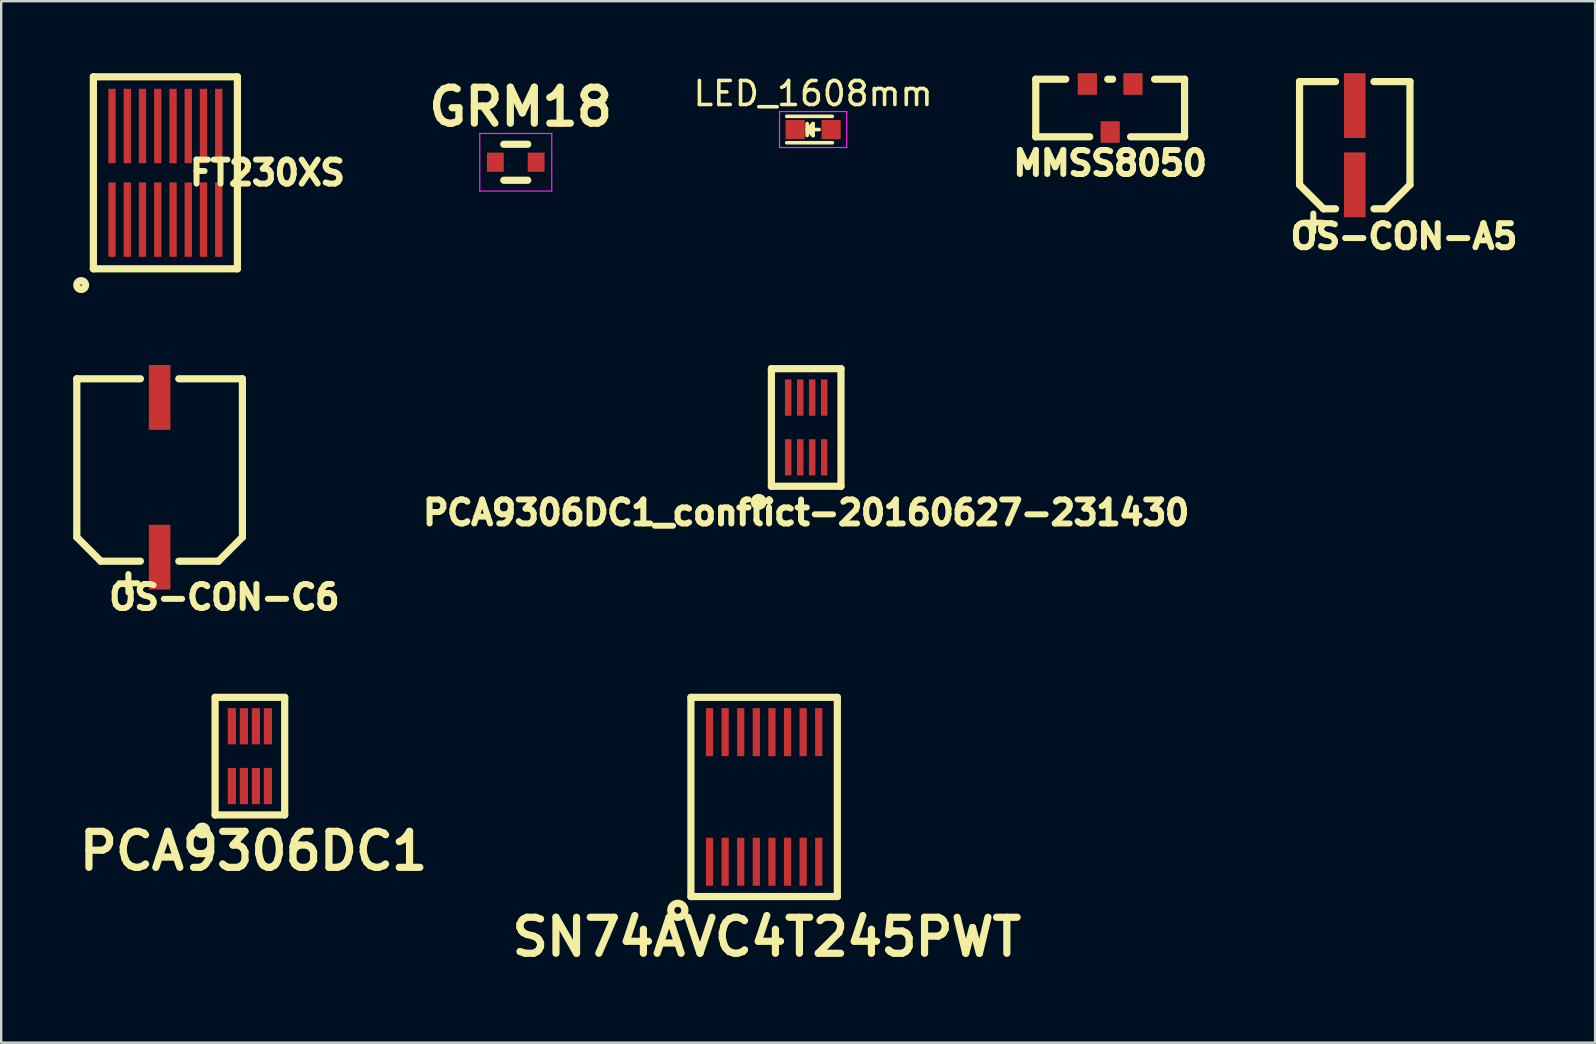
<source format=kicad_pcb>
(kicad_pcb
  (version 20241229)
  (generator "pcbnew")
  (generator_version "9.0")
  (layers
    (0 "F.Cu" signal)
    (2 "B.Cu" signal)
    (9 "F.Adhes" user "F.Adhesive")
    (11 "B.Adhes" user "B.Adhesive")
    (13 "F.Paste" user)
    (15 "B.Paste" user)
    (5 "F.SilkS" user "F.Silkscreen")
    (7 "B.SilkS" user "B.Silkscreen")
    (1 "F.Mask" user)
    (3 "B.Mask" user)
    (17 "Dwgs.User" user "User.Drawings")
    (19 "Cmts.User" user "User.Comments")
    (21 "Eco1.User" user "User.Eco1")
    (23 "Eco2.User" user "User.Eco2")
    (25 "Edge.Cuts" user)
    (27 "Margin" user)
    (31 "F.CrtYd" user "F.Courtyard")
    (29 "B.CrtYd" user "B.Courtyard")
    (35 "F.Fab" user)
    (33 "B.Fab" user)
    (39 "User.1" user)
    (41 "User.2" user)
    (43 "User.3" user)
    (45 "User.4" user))
  (footprint "MMSS8050"
    (layer "F.Cu")
    (at 43.205 1.45)
    (property "Reference" "MMSS8050" (at 0 2.3 0) (layer "F.SilkS") (effects (font (size 1 1) (thickness 0.25))))
    (attr through_hole)
    (fp_line (start -3.1 -1.2) (end -3.1 1.2) (stroke (width 0.3) (type solid)) (layer "F.SilkS"))
    (fp_line (start -3.1 -1.2) (end -1.85 -1.2) (stroke (width 0.3) (type solid)) (layer "F.SilkS"))
    (fp_line (start -3.1 1.2) (end -0.85 1.2) (stroke (width 0.3) (type solid)) (layer "F.SilkS"))
    (fp_line (start -0.1 -1.2) (end 0.1 -1.2) (stroke (width 0.3) (type solid)) (layer "F.SilkS"))
    (fp_line (start 0.85 1.2) (end 3.1 1.2) (stroke (width 0.3) (type solid)) (layer "F.SilkS"))
    (fp_line (start 1.85 -1.2) (end 3.1 -1.2) (stroke (width 0.3) (type solid)) (layer "F.SilkS"))
    (fp_line (start 3.1 -1.2) (end 3.1 1.2) (stroke (width 0.3) (type solid)) (layer "F.SilkS"))
    (pad "1" smd rect (at -0.95 -1) (size 0.8 0.9) (layers "F.Cu" "F.Mask" "F.Paste"))
    (pad "2" smd rect (at 0.95 -1) (size 0.8 0.9) (layers "F.Cu" "F.Mask" "F.Paste"))
    (pad "3" smd rect (at 0 1) (size 0.8 0.9) (layers "F.Cu" "F.Mask" "F.Paste")))
  (footprint "LED_1608mm"
    (layer "F.Cu")
    (at 30.829 2.348)
    (property "Reference" "LED_1608mm" (at 0 -1.5 0) (layer "F.SilkS") (effects (font (size 1 1) (thickness 0.15))))
    (attr smd)
    (fp_line (start -1.1 -0.55) (end 0.8 -0.55) (stroke (width 0.15) (type solid)) (layer "F.SilkS"))
    (fp_line (start -1.1 0.55) (end 0.8 0.55) (stroke (width 0.15) (type solid)) (layer "F.SilkS"))
    (fp_line (start -0.25 -0.25) (end -0.25 0.25) (stroke (width 0.15) (type solid)) (layer "F.SilkS"))
    (fp_line (start -0.25 0) (end 0 -0.25) (stroke (width 0.15) (type solid)) (layer "F.SilkS"))
    (fp_line (start -0.2 0) (end 0.25 0) (stroke (width 0.15) (type solid)) (layer "F.SilkS"))
    (fp_line (start 0 -0.25) (end 0 0.25) (stroke (width 0.15) (type solid)) (layer "F.SilkS"))
    (fp_line (start 0 0.25) (end -0.25 0) (stroke (width 0.15) (type solid)) (layer "F.SilkS"))
    (fp_line (start -1.4 -0.75) (end 1.4 -0.75) (stroke (width 0.05) (type solid)) (layer "F.CrtYd"))
    (fp_line (start -1.4 0.75) (end -1.4 -0.75) (stroke (width 0.05) (type solid)) (layer "F.CrtYd"))
    (fp_line (start 1.4 -0.75) (end 1.4 0.75) (stroke (width 0.05) (type solid)) (layer "F.CrtYd"))
    (fp_line (start 1.4 0.75) (end -1.4 0.75) (stroke (width 0.05) (type solid)) (layer "F.CrtYd"))
    (pad "1" smd rect (at -0.749 0 180) (size 0.798 0.798) (layers "F.Cu" "F.Mask" "F.Paste"))
    (pad "2" smd rect (at 0.749 0 180) (size 0.798 0.798) (layers "F.Cu" "F.Mask" "F.Paste")))
  (footprint "FT230XS"
    (layer "F.Cu")
    (at 3.841 4.15)
    (property "Reference" "FT230XS" (at 4.25 0 0) (layer "F.SilkS") (effects (font (size 1 1) (thickness 0.25))))
    (attr through_hole)
    (fp_line (start -3 -4) (end 3 -4) (stroke (width 0.3) (type solid)) (layer "F.SilkS"))
    (fp_line (start -3 4) (end -3 -4) (stroke (width 0.3) (type solid)) (layer "F.SilkS"))
    (fp_line (start 3 -4) (end 3 4) (stroke (width 0.3) (type solid)) (layer "F.SilkS"))
    (fp_line (start 3 4) (end -3 4) (stroke (width 0.3) (type solid)) (layer "F.SilkS"))
    (fp_circle (center -3.508 4.677) (end -3.406 4.829) (stroke (width 0.3) (type solid)) (fill no) (layer "F.SilkS"))
    (pad "1" smd rect (at -2.223 1.95) (size 0.305 3.1) (layers "F.Cu" "F.Mask" "F.Paste"))
    (pad "2" smd rect (at -1.587 1.95) (size 0.305 3.1) (layers "F.Cu" "F.Mask" "F.Paste"))
    (pad "3" smd rect (at -0.953 1.95) (size 0.305 3.1) (layers "F.Cu" "F.Mask" "F.Paste"))
    (pad "4" smd rect (at -0.318 1.95) (size 0.305 3.1) (layers "F.Cu" "F.Mask" "F.Paste"))
    (pad "5" smd rect (at 0.318 1.95) (size 0.305 3.1) (layers "F.Cu" "F.Mask" "F.Paste"))
    (pad "6" smd rect (at 0.953 1.95) (size 0.305 3.1) (layers "F.Cu" "F.Mask" "F.Paste"))
    (pad "7" smd rect (at 1.587 1.95) (size 0.305 3.1) (layers "F.Cu" "F.Mask" "F.Paste"))
    (pad "8" smd rect (at 2.223 1.95) (size 0.305 3.1) (layers "F.Cu" "F.Mask" "F.Paste"))
    (pad "9" smd rect (at 2.223 -1.95) (size 0.305 3.1) (layers "F.Cu" "F.Mask" "F.Paste"))
    (pad "10" smd rect (at 1.587 -1.95) (size 0.305 3.1) (layers "F.Cu" "F.Mask" "F.Paste"))
    (pad "11" smd rect (at 0.953 -1.95) (size 0.305 3.1) (layers "F.Cu" "F.Mask" "F.Paste"))
    (pad "12" smd rect (at 0.318 -1.95) (size 0.305 3.1) (layers "F.Cu" "F.Mask" "F.Paste"))
    (pad "13" smd rect (at -0.318 -1.95) (size 0.305 3.1) (layers "F.Cu" "F.Mask" "F.Paste"))
    (pad "14" smd rect (at -0.953 -1.95) (size 0.305 3.1) (layers "F.Cu" "F.Mask" "F.Paste"))
    (pad "15" smd rect (at -1.587 -1.95) (size 0.305 3.1) (layers "F.Cu" "F.Mask" "F.Paste"))
    (pad "16" smd rect (at -2.223 -1.95) (size 0.305 3.1) (layers "F.Cu" "F.Mask" "F.Paste")))
  (footprint "GRM18"
    (layer "F.Cu")
    (at 18.439 3.71)
    (property "Reference" "GRM18" (at 0.203 -2.306 0) (layer "F.SilkS") (effects (font (size 1.5 1.5) (thickness 0.3))))
    (attr smd)
    (fp_line (start -0.5 -0.75) (end 0.5 -0.75) (stroke (width 0.3) (type solid)) (layer "F.SilkS"))
    (fp_line (start 0.5 0.75) (end -0.5 0.75) (stroke (width 0.3) (type solid)) (layer "F.SilkS"))
    (fp_line (start -1.5 -1.2) (end -1.5 1.2) (stroke (width 0.05) (type solid)) (layer "F.CrtYd"))
    (fp_line (start -1.5 -1.2) (end 1.5 -1.2) (stroke (width 0.05) (type solid)) (layer "F.CrtYd"))
    (fp_line (start -1.5 1.2) (end 1.5 1.2) (stroke (width 0.05) (type solid)) (layer "F.CrtYd"))
    (fp_line (start 1.5 -1.2) (end 1.5 1.2) (stroke (width 0.05) (type solid)) (layer "F.CrtYd"))
    (pad "1" smd rect (at -0.85 0) (size 0.7 0.8) (layers "F.Cu" "F.Mask" "F.Paste"))
    (pad "2" smd rect (at 0.85 0) (size 0.7 0.8) (layers "F.Cu" "F.Mask" "F.Paste")))
  (footprint "PCA9306DC1"
    (layer "F.Cu")
    (at 7.362 28.455)
    (property "Reference" "PCA9306DC1" (at 0.152 3.954 0) (layer "F.SilkS") (effects (font (size 1.5 1.5) (thickness 0.3))))
    (attr through_hole)
    (fp_line (start -1.45 -2.45) (end -1.45 2.45) (stroke (width 0.3) (type solid)) (layer "F.SilkS"))
    (fp_line (start -1.45 2.45) (end 1.45 2.45) (stroke (width 0.3) (type solid)) (layer "F.SilkS"))
    (fp_line (start 1.45 -2.45) (end -1.45 -2.45) (stroke (width 0.3) (type solid)) (layer "F.SilkS"))
    (fp_line (start 1.45 2.45) (end 1.45 -2.45) (stroke (width 0.3) (type solid)) (layer "F.SilkS"))
    (fp_circle (center -1.981 3.099) (end -1.88 3.251) (stroke (width 0.3) (type solid)) (fill no) (layer "F.SilkS"))
    (pad "1" smd rect (at -0.75 1.245) (size 0.34 1.51) (layers "F.Cu" "F.Mask" "F.Paste"))
    (pad "2" smd rect (at -0.25 1.245) (size 0.34 1.51) (layers "F.Cu" "F.Mask" "F.Paste"))
    (pad "3" smd rect (at 0.25 1.245) (size 0.34 1.51) (layers "F.Cu" "F.Mask" "F.Paste"))
    (pad "4" smd rect (at 0.75 1.245) (size 0.34 1.51) (layers "F.Cu" "F.Mask" "F.Paste"))
    (pad "5" smd rect (at 0.75 -1.245) (size 0.34 1.51) (layers "F.Cu" "F.Mask" "F.Paste"))
    (pad "6" smd rect (at 0.25 -1.245) (size 0.34 1.51) (layers "F.Cu" "F.Mask" "F.Paste"))
    (pad "7" smd rect (at -0.25 -1.245) (size 0.34 1.51) (layers "F.Cu" "F.Mask" "F.Paste"))
    (pad "8" smd rect (at -0.75 -1.245) (size 0.34 1.51) (layers "F.Cu" "F.Mask" "F.Paste")))
  (footprint "PCA9306DC1_conflict-20160627-231430"
    (layer "F.Cu")
    (at 30.54 14.76)
    (property "Reference" "PCA9306DC1_conflict-20160627-231430" (at 0 3.55 0) (layer "F.SilkS") (effects (font (size 1 1) (thickness 0.25))))
    (attr through_hole)
    (fp_line (start -1.45 -2.45) (end -1.45 2.45) (stroke (width 0.3) (type solid)) (layer "F.SilkS"))
    (fp_line (start -1.45 2.45) (end 1.45 2.45) (stroke (width 0.3) (type solid)) (layer "F.SilkS"))
    (fp_line (start 1.45 -2.45) (end -1.45 -2.45) (stroke (width 0.3) (type solid)) (layer "F.SilkS"))
    (fp_line (start 1.45 2.45) (end 1.45 -2.45) (stroke (width 0.3) (type solid)) (layer "F.SilkS"))
    (fp_circle (center -1.981 3.099) (end -1.88 3.251) (stroke (width 0.3) (type solid)) (fill no) (layer "F.SilkS"))
    (pad "1" smd rect (at -0.75 1.245) (size 0.27 1.51) (layers "F.Cu" "F.Mask" "F.Paste"))
    (pad "2" smd rect (at -0.25 1.245) (size 0.27 1.51) (layers "F.Cu" "F.Mask" "F.Paste"))
    (pad "3" smd rect (at 0.25 1.245) (size 0.27 1.51) (layers "F.Cu" "F.Mask" "F.Paste"))
    (pad "4" smd rect (at 0.75 1.245) (size 0.26 1.51) (layers "F.Cu" "F.Mask" "F.Paste"))
    (pad "5" smd rect (at 0.75 -1.245) (size 0.27 1.51) (layers "F.Cu" "F.Mask" "F.Paste"))
    (pad "6" smd rect (at 0.25 -1.245) (size 0.27 1.51) (layers "F.Cu" "F.Mask" "F.Paste"))
    (pad "7" smd rect (at -0.25 -1.245) (size 0.27 1.51) (layers "F.Cu" "F.Mask" "F.Paste"))
    (pad "8" smd rect (at -0.75 -1.245) (size 0.27 1.51) (layers "F.Cu" "F.Mask" "F.Paste")))
  (footprint "OS-CON-A5"
    (layer "F.Cu")
    (at 53.396 3)
    (property "Reference" "OS-CON-A5" (at 2.05 3.8 0) (layer "F.SilkS") (effects (font (size 1 1) (thickness 0.25))))
    (attr through_hole)
    (fp_line (start -2.3 -2.65) (end -2.3 1.65) (stroke (width 0.3) (type solid)) (layer "F.SilkS"))
    (fp_line (start -2.3 -2.65) (end -0.8 -2.65) (stroke (width 0.3) (type solid)) (layer "F.SilkS"))
    (fp_line (start -1.3 2.65) (end -2.3 1.65) (stroke (width 0.3) (type solid)) (layer "F.SilkS"))
    (fp_line (start -1.3 2.65) (end -0.8 2.65) (stroke (width 0.3) (type solid)) (layer "F.SilkS"))
    (fp_line (start 0.8 -2.65) (end 2.3 -2.65) (stroke (width 0.3) (type solid)) (layer "F.SilkS"))
    (fp_line (start 0.8 2.65) (end 1.3 2.65) (stroke (width 0.3) (type solid)) (layer "F.SilkS"))
    (fp_line (start 1.3 2.65) (end 2.3 1.65) (stroke (width 0.3) (type solid)) (layer "F.SilkS"))
    (fp_line (start 2.3 -2.65) (end 2.3 1.65) (stroke (width 0.3) (type solid)) (layer "F.SilkS"))
    (fp_text user "+" (at -1.726 3.16 0) (layer "F.SilkS") (effects (font (size 1 1) (thickness 0.25))))
    (pad "1" smd rect (at 0 1.65) (size 0.9 2.7) (layers "F.Cu" "F.Mask" "F.Paste"))
    (pad "2" smd rect (at 0 -1.65) (size 0.9 2.7) (layers "F.Cu" "F.Mask" "F.Paste")))
  (footprint "OS-CON-C6"
    (layer "F.Cu")
    (at 3.6 16.532)
    (property "Reference" "OS-CON-C6" (at 2.7 5.3 0) (layer "F.SilkS") (effects (font (size 1 1) (thickness 0.25))))
    (attr through_hole)
    (fp_line (start -3.45 -3.8) (end -3.45 2.8) (stroke (width 0.3) (type solid)) (layer "F.SilkS"))
    (fp_line (start -3.45 -3.8) (end -0.8 -3.8) (stroke (width 0.3) (type solid)) (layer "F.SilkS"))
    (fp_line (start -2.45 3.8) (end -3.45 2.8) (stroke (width 0.3) (type solid)) (layer "F.SilkS"))
    (fp_line (start -2.45 3.8) (end -0.8 3.8) (stroke (width 0.3) (type solid)) (layer "F.SilkS"))
    (fp_line (start 0.8 -3.8) (end 3.45 -3.8) (stroke (width 0.3) (type solid)) (layer "F.SilkS"))
    (fp_line (start 0.8 3.8) (end 2.45 3.8) (stroke (width 0.3) (type solid)) (layer "F.SilkS"))
    (fp_line (start 2.45 3.8) (end 3.45 2.8) (stroke (width 0.3) (type solid)) (layer "F.SilkS"))
    (fp_line (start 3.45 -3.8) (end 3.45 2.8) (stroke (width 0.3) (type solid)) (layer "F.SilkS"))
    (fp_text user "+" (at -1.3 4.65 0) (layer "F.SilkS") (effects (font (size 1 1) (thickness 0.25))))
    (pad "1" smd rect (at 0 3.631) (size 0.9 2.7) (layers "F.Cu" "F.Mask" "F.Paste"))
    (pad "2" smd rect (at 0 -3.022) (size 0.9 2.7) (layers "F.Cu" "F.Mask" "F.Paste")))
  (footprint "SN74AVC4T245PWT"
    (layer "F.Cu")
    (at 26.512 30.155)
    (property "Reference" "SN74AVC4T245PWT" (at 2.388 5.834 0) (layer "F.SilkS") (effects (font (size 1.5 1.5) (thickness 0.3))))
    (attr through_hole)
    (fp_line (start -0.775 -4.15) (end 5.325 -4.15) (stroke (width 0.3) (type solid)) (layer "F.SilkS"))
    (fp_line (start -0.775 4.15) (end -0.775 -4.15) (stroke (width 0.3) (type solid)) (layer "F.SilkS"))
    (fp_line (start 5.325 -4.15) (end 5.325 4.15) (stroke (width 0.3) (type solid)) (layer "F.SilkS"))
    (fp_line (start 5.325 4.15) (end -0.775 4.15) (stroke (width 0.3) (type solid)) (layer "F.SilkS"))
    (fp_circle (center -1.321 4.724) (end -1.219 4.826) (stroke (width 0.3) (type solid)) (fill no) (layer "F.SilkS"))
    (pad "1" smd rect (at 0 2.7) (size 0.3 2) (layers "F.Cu" "F.Mask" "F.Paste"))
    (pad "2" smd rect (at 0.65 2.7) (size 0.3 2) (layers "F.Cu" "F.Mask" "F.Paste"))
    (pad "3" smd rect (at 1.3 2.7) (size 0.3 2) (layers "F.Cu" "F.Mask" "F.Paste"))
    (pad "4" smd rect (at 1.95 2.7) (size 0.3 2) (layers "F.Cu" "F.Mask" "F.Paste"))
    (pad "5" smd rect (at 2.6 2.7) (size 0.3 2) (layers "F.Cu" "F.Mask" "F.Paste"))
    (pad "6" smd rect (at 3.25 2.7) (size 0.3 2) (layers "F.Cu" "F.Mask" "F.Paste"))
    (pad "7" smd rect (at 3.9 2.7) (size 0.3 2) (layers "F.Cu" "F.Mask" "F.Paste"))
    (pad "8" smd rect (at 4.55 2.7) (size 0.3 2) (layers "F.Cu" "F.Mask" "F.Paste"))
    (pad "9" smd rect (at 4.55 -2.7) (size 0.3 2) (layers "F.Cu" "F.Mask" "F.Paste"))
    (pad "10" smd rect (at 3.9 -2.7) (size 0.3 2) (layers "F.Cu" "F.Mask" "F.Paste"))
    (pad "11" smd rect (at 3.25 -2.7) (size 0.3 2) (layers "F.Cu" "F.Mask" "F.Paste"))
    (pad "12" smd rect (at 2.6 -2.7) (size 0.3 2) (layers "F.Cu" "F.Mask" "F.Paste"))
    (pad "13" smd rect (at 1.95 -2.7) (size 0.3 2) (layers "F.Cu" "F.Mask" "F.Paste"))
    (pad "14" smd rect (at 1.3 -2.7) (size 0.3 2) (layers "F.Cu" "F.Mask" "F.Paste"))
    (pad "15" smd rect (at 0.65 -2.7) (size 0.3 2) (layers "F.Cu" "F.Mask" "F.Paste"))
    (pad "16" smd rect (at 0 -2.7) (size 0.3 2) (layers "F.Cu" "F.Mask" "F.Paste")))
  (gr_rect
    (start -3 -3)
    (end 63.411 40.393)
    (stroke (width 0.1) (type default))
    (fill no)
    (layer "Edge.Cuts")))
</source>
